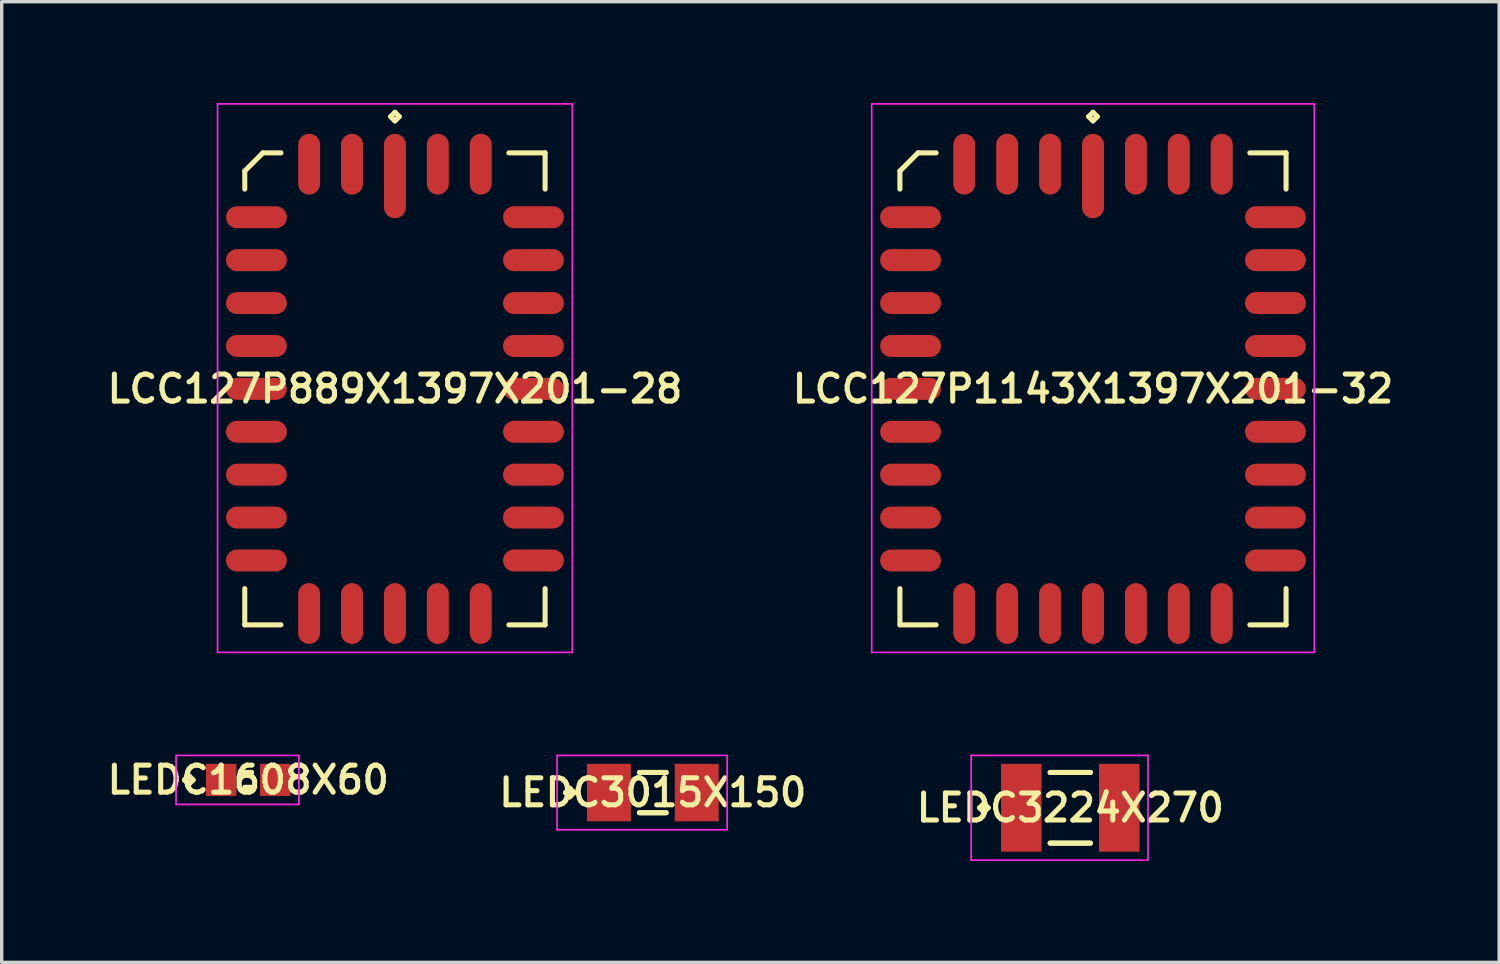
<source format=kicad_pcb>
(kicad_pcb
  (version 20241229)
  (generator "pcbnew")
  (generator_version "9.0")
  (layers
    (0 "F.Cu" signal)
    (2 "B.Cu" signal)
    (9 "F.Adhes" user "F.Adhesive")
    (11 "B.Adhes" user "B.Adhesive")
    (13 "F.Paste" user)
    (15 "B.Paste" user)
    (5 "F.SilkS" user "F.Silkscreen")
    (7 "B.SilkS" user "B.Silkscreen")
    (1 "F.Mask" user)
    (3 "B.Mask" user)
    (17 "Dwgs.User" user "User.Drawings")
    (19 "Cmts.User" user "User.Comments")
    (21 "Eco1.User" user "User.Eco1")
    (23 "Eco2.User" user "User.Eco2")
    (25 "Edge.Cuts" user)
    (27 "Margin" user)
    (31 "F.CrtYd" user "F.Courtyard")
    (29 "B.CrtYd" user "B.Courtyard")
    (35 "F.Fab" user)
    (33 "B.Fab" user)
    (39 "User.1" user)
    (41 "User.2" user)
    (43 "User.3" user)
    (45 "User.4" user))
  (footprint "LEDC1608X60"
    (layer "F.Cu")
    (at 4.297 20.035)
    (property "Reference" "LEDC1608X60" (at 0 0 0) (layer "F.SilkS") (effects (font (size 0.8 0.8) (thickness 0.15))))
    (attr smd)
    (fp_line (start -1.885 0) (end -1.758 -0.127) (stroke (width 0.15) (type solid)) (layer "F.SilkS"))
    (fp_line (start -1.758 -0.127) (end -1.631 0) (stroke (width 0.15) (type solid)) (layer "F.SilkS"))
    (fp_line (start -1.758 0.127) (end -1.885 0) (stroke (width 0.15) (type solid)) (layer "F.SilkS"))
    (fp_line (start -1.631 0) (end -1.758 0.127) (stroke (width 0.15) (type solid)) (layer "F.SilkS"))
    (fp_line (start -0.096 -0.221) (end 0.096 -0.221) (stroke (width 0.15) (type solid)) (layer "F.SilkS"))
    (fp_line (start -0.096 0.221) (end 0.096 0.221) (stroke (width 0.15) (type solid)) (layer "F.SilkS"))
    (fp_line (start 0.096 -0.221) (end -0.096 -0.221) (stroke (width 0.15) (type solid)) (layer "F.SilkS"))
    (fp_line (start 0.096 0.221) (end -0.096 0.221) (stroke (width 0.15) (type solid)) (layer "F.SilkS"))
    (fp_line (start -2.135 -0.725) (end 1.5 -0.725) (stroke (width 0.05) (type solid)) (layer "F.CrtYd"))
    (fp_line (start -2.135 0.725) (end -2.135 -0.725) (stroke (width 0.05) (type solid)) (layer "F.CrtYd"))
    (fp_line (start 1.5 -0.725) (end 1.5 0.725) (stroke (width 0.05) (type solid)) (layer "F.CrtYd"))
    (fp_line (start 1.5 0.725) (end -2.135 0.725) (stroke (width 0.05) (type solid)) (layer "F.CrtYd"))
    (pad "1" smd rect (at -0.8 0) (size 0.9 0.95) (layers "F.Cu" "F.Mask" "F.Paste"))
    (pad "2" smd rect (at 0.8 0) (size 0.9 0.95) (layers "F.Cu" "F.Mask" "F.Paste")))
  (footprint "LEDC3015X150"
    (layer "F.Cu")
    (at 16.273 20.41)
    (property "Reference" "LEDC3015X150" (at 0 0 0) (layer "F.SilkS") (effects (font (size 0.8 0.8) (thickness 0.15))))
    (attr smd)
    (fp_line (start -2.585 0) (end -2.458 -0.127) (stroke (width 0.15) (type solid)) (layer "F.SilkS"))
    (fp_line (start -2.458 -0.127) (end -2.331 0) (stroke (width 0.15) (type solid)) (layer "F.SilkS"))
    (fp_line (start -2.458 0.127) (end -2.585 0) (stroke (width 0.15) (type solid)) (layer "F.SilkS"))
    (fp_line (start -2.331 0) (end -2.458 0.127) (stroke (width 0.15) (type solid)) (layer "F.SilkS"))
    (fp_line (start -0.396 -0.596) (end 0.396 -0.596) (stroke (width 0.15) (type solid)) (layer "F.SilkS"))
    (fp_line (start -0.396 0.596) (end 0.396 0.596) (stroke (width 0.15) (type solid)) (layer "F.SilkS"))
    (fp_line (start 0.396 -0.596) (end -0.396 -0.596) (stroke (width 0.15) (type solid)) (layer "F.SilkS"))
    (fp_line (start 0.396 0.596) (end -0.396 0.596) (stroke (width 0.15) (type solid)) (layer "F.SilkS"))
    (fp_line (start -2.835 -1.1) (end 2.2 -1.1) (stroke (width 0.05) (type solid)) (layer "F.CrtYd"))
    (fp_line (start -2.835 1.1) (end -2.835 -1.1) (stroke (width 0.05) (type solid)) (layer "F.CrtYd"))
    (fp_line (start 2.2 -1.1) (end 2.2 1.1) (stroke (width 0.05) (type solid)) (layer "F.CrtYd"))
    (fp_line (start 2.2 1.1) (end -2.835 1.1) (stroke (width 0.05) (type solid)) (layer "F.CrtYd"))
    (pad "1" smd rect (at -1.3 0) (size 1.3 1.7) (layers "F.Cu" "F.Mask" "F.Paste"))
    (pad "2" smd rect (at 1.3 0) (size 1.3 1.7) (layers "F.Cu" "F.Mask" "F.Paste")))
  (footprint "LEDC3224X270"
    (layer "F.Cu")
    (at 28.63 20.86)
    (property "Reference" "LEDC3224X270" (at 0 0 0) (layer "F.SilkS") (effects (font (size 0.8 0.8) (thickness 0.15))))
    (attr smd)
    (fp_line (start -2.685 0) (end -2.558 -0.127) (stroke (width 0.15) (type solid)) (layer "F.SilkS"))
    (fp_line (start -2.558 -0.127) (end -2.431 0) (stroke (width 0.15) (type solid)) (layer "F.SilkS"))
    (fp_line (start -2.558 0.127) (end -2.685 0) (stroke (width 0.15) (type solid)) (layer "F.SilkS"))
    (fp_line (start -2.431 0) (end -2.558 0.127) (stroke (width 0.15) (type solid)) (layer "F.SilkS"))
    (fp_line (start -0.596 -1.046) (end 0.596 -1.046) (stroke (width 0.15) (type solid)) (layer "F.SilkS"))
    (fp_line (start -0.596 1.046) (end 0.596 1.046) (stroke (width 0.15) (type solid)) (layer "F.SilkS"))
    (fp_line (start 0.596 -1.046) (end -0.596 -1.046) (stroke (width 0.15) (type solid)) (layer "F.SilkS"))
    (fp_line (start 0.596 1.046) (end -0.596 1.046) (stroke (width 0.15) (type solid)) (layer "F.SilkS"))
    (fp_line (start -2.935 -1.55) (end 2.3 -1.55) (stroke (width 0.05) (type solid)) (layer "F.CrtYd"))
    (fp_line (start -2.935 1.55) (end -2.935 -1.55) (stroke (width 0.05) (type solid)) (layer "F.CrtYd"))
    (fp_line (start 2.3 -1.55) (end 2.3 1.55) (stroke (width 0.05) (type solid)) (layer "F.CrtYd"))
    (fp_line (start 2.3 1.55) (end -2.935 1.55) (stroke (width 0.05) (type solid)) (layer "F.CrtYd"))
    (pad "1" smd rect (at -1.45 0) (size 1.2 2.6) (layers "F.Cu" "F.Mask" "F.Paste"))
    (pad "2" smd rect (at 1.45 0) (size 1.2 2.6) (layers "F.Cu" "F.Mask" "F.Paste")))
  (footprint "LCC127P1143X1397X201-32"
    (layer "F.Cu")
    (at 29.302 8.46)
    (property "Reference" "LCC127P1143X1397X201-32" (at 0 0 0) (layer "F.SilkS") (effects (font (size 0.8 0.8) (thickness 0.15))))
    (attr smd)
    (fp_line (start -5.715 -6.449) (end -5.179 -6.985) (stroke (width 0.15) (type solid)) (layer "F.SilkS"))
    (fp_line (start -5.715 -5.913) (end -5.715 -6.449) (stroke (width 0.15) (type solid)) (layer "F.SilkS"))
    (fp_line (start -5.715 5.913) (end -5.715 6.985) (stroke (width 0.15) (type solid)) (layer "F.SilkS"))
    (fp_line (start -5.715 6.985) (end -4.643 6.985) (stroke (width 0.15) (type solid)) (layer "F.SilkS"))
    (fp_line (start -5.179 -6.985) (end -4.643 -6.985) (stroke (width 0.15) (type solid)) (layer "F.SilkS"))
    (fp_line (start -0.127 -8.058) (end 0 -8.185) (stroke (width 0.15) (type solid)) (layer "F.SilkS"))
    (fp_line (start 0 -8.185) (end 0.127 -8.058) (stroke (width 0.15) (type solid)) (layer "F.SilkS"))
    (fp_line (start 0 -7.931) (end -0.127 -8.058) (stroke (width 0.15) (type solid)) (layer "F.SilkS"))
    (fp_line (start 0.127 -8.058) (end 0 -7.931) (stroke (width 0.15) (type solid)) (layer "F.SilkS"))
    (fp_line (start 5.715 -6.985) (end 4.643 -6.985) (stroke (width 0.15) (type solid)) (layer "F.SilkS"))
    (fp_line (start 5.715 -5.913) (end 5.715 -6.985) (stroke (width 0.15) (type solid)) (layer "F.SilkS"))
    (fp_line (start 5.715 5.913) (end 5.715 6.985) (stroke (width 0.15) (type solid)) (layer "F.SilkS"))
    (fp_line (start 5.715 6.985) (end 4.643 6.985) (stroke (width 0.15) (type solid)) (layer "F.SilkS"))
    (fp_line (start -6.55 -8.435) (end 6.55 -8.435) (stroke (width 0.05) (type solid)) (layer "F.CrtYd"))
    (fp_line (start -6.55 7.8) (end -6.55 -8.435) (stroke (width 0.05) (type solid)) (layer "F.CrtYd"))
    (fp_line (start 6.55 -8.435) (end 6.55 7.8) (stroke (width 0.05) (type solid)) (layer "F.CrtYd"))
    (fp_line (start 6.55 7.8) (end -6.55 7.8) (stroke (width 0.05) (type solid)) (layer "F.CrtYd"))
    (pad "1" smd oval (at 0 -6.3) (size 0.65 2.5) (layers "F.Cu" "F.Mask" "F.Paste"))
    (pad "2" smd oval (at -1.27 -6.65) (size 0.65 1.8) (layers "F.Cu" "F.Mask" "F.Paste"))
    (pad "3" smd oval (at -2.54 -6.65) (size 0.65 1.8) (layers "F.Cu" "F.Mask" "F.Paste"))
    (pad "4" smd oval (at -3.81 -6.65) (size 0.65 1.8) (layers "F.Cu" "F.Mask" "F.Paste"))
    (pad "5" smd oval (at -5.4 -5.08) (size 1.8 0.65) (layers "F.Cu" "F.Mask" "F.Paste"))
    (pad "6" smd oval (at -5.4 -3.81) (size 1.8 0.65) (layers "F.Cu" "F.Mask" "F.Paste"))
    (pad "7" smd oval (at -5.4 -2.54) (size 1.8 0.65) (layers "F.Cu" "F.Mask" "F.Paste"))
    (pad "8" smd oval (at -5.4 -1.27) (size 1.8 0.65) (layers "F.Cu" "F.Mask" "F.Paste"))
    (pad "9" smd oval (at -5.4 0) (size 1.8 0.65) (layers "F.Cu" "F.Mask" "F.Paste"))
    (pad "10" smd oval (at -5.4 1.27) (size 1.8 0.65) (layers "F.Cu" "F.Mask" "F.Paste"))
    (pad "11" smd oval (at -5.4 2.54) (size 1.8 0.65) (layers "F.Cu" "F.Mask" "F.Paste"))
    (pad "12" smd oval (at -5.4 3.81) (size 1.8 0.65) (layers "F.Cu" "F.Mask" "F.Paste"))
    (pad "13" smd oval (at -5.4 5.08) (size 1.8 0.65) (layers "F.Cu" "F.Mask" "F.Paste"))
    (pad "14" smd oval (at -3.81 6.65) (size 0.65 1.8) (layers "F.Cu" "F.Mask" "F.Paste"))
    (pad "15" smd oval (at -2.54 6.65) (size 0.65 1.8) (layers "F.Cu" "F.Mask" "F.Paste"))
    (pad "16" smd oval (at -1.27 6.65) (size 0.65 1.8) (layers "F.Cu" "F.Mask" "F.Paste"))
    (pad "17" smd oval (at 0 6.65) (size 0.65 1.8) (layers "F.Cu" "F.Mask" "F.Paste"))
    (pad "18" smd oval (at 1.27 6.65) (size 0.65 1.8) (layers "F.Cu" "F.Mask" "F.Paste"))
    (pad "19" smd oval (at 2.54 6.65) (size 0.65 1.8) (layers "F.Cu" "F.Mask" "F.Paste"))
    (pad "20" smd oval (at 3.81 6.65) (size 0.65 1.8) (layers "F.Cu" "F.Mask" "F.Paste"))
    (pad "21" smd oval (at 5.4 5.08) (size 1.8 0.65) (layers "F.Cu" "F.Mask" "F.Paste"))
    (pad "22" smd oval (at 5.4 3.81) (size 1.8 0.65) (layers "F.Cu" "F.Mask" "F.Paste"))
    (pad "23" smd oval (at 5.4 2.54) (size 1.8 0.65) (layers "F.Cu" "F.Mask" "F.Paste"))
    (pad "24" smd oval (at 5.4 1.27) (size 1.8 0.65) (layers "F.Cu" "F.Mask" "F.Paste"))
    (pad "25" smd oval (at 5.4 0) (size 1.8 0.65) (layers "F.Cu" "F.Mask" "F.Paste"))
    (pad "26" smd oval (at 5.4 -1.27) (size 1.8 0.65) (layers "F.Cu" "F.Mask" "F.Paste"))
    (pad "27" smd oval (at 5.4 -2.54) (size 1.8 0.65) (layers "F.Cu" "F.Mask" "F.Paste"))
    (pad "28" smd oval (at 5.4 -3.81) (size 1.8 0.65) (layers "F.Cu" "F.Mask" "F.Paste"))
    (pad "29" smd oval (at 5.4 -5.08) (size 1.8 0.65) (layers "F.Cu" "F.Mask" "F.Paste"))
    (pad "30" smd oval (at 3.81 -6.65) (size 0.65 1.8) (layers "F.Cu" "F.Mask" "F.Paste"))
    (pad "31" smd oval (at 2.54 -6.65) (size 0.65 1.8) (layers "F.Cu" "F.Mask" "F.Paste"))
    (pad "32" smd oval (at 1.27 -6.65) (size 0.65 1.8) (layers "F.Cu" "F.Mask" "F.Paste")))
  (footprint "LCC127P889X1397X201-28"
    (layer "F.Cu")
    (at 8.64 8.46)
    (property "Reference" "LCC127P889X1397X201-28" (at 0 0 0) (layer "F.SilkS") (effects (font (size 0.8 0.8) (thickness 0.15))))
    (attr smd)
    (fp_line (start -4.445 -6.449) (end -3.909 -6.985) (stroke (width 0.15) (type solid)) (layer "F.SilkS"))
    (fp_line (start -4.445 -5.913) (end -4.445 -6.449) (stroke (width 0.15) (type solid)) (layer "F.SilkS"))
    (fp_line (start -4.445 5.913) (end -4.445 6.985) (stroke (width 0.15) (type solid)) (layer "F.SilkS"))
    (fp_line (start -4.445 6.985) (end -3.373 6.985) (stroke (width 0.15) (type solid)) (layer "F.SilkS"))
    (fp_line (start -3.909 -6.985) (end -3.373 -6.985) (stroke (width 0.15) (type solid)) (layer "F.SilkS"))
    (fp_line (start -0.127 -8.058) (end 0 -8.185) (stroke (width 0.15) (type solid)) (layer "F.SilkS"))
    (fp_line (start 0 -8.185) (end 0.127 -8.058) (stroke (width 0.15) (type solid)) (layer "F.SilkS"))
    (fp_line (start 0 -7.931) (end -0.127 -8.058) (stroke (width 0.15) (type solid)) (layer "F.SilkS"))
    (fp_line (start 0.127 -8.058) (end 0 -7.931) (stroke (width 0.15) (type solid)) (layer "F.SilkS"))
    (fp_line (start 4.445 -6.985) (end 3.373 -6.985) (stroke (width 0.15) (type solid)) (layer "F.SilkS"))
    (fp_line (start 4.445 -5.913) (end 4.445 -6.985) (stroke (width 0.15) (type solid)) (layer "F.SilkS"))
    (fp_line (start 4.445 5.913) (end 4.445 6.985) (stroke (width 0.15) (type solid)) (layer "F.SilkS"))
    (fp_line (start 4.445 6.985) (end 3.373 6.985) (stroke (width 0.15) (type solid)) (layer "F.SilkS"))
    (fp_line (start -5.25 -8.435) (end 5.25 -8.435) (stroke (width 0.05) (type solid)) (layer "F.CrtYd"))
    (fp_line (start -5.25 7.8) (end -5.25 -8.435) (stroke (width 0.05) (type solid)) (layer "F.CrtYd"))
    (fp_line (start 5.25 -8.435) (end 5.25 7.8) (stroke (width 0.05) (type solid)) (layer "F.CrtYd"))
    (fp_line (start 5.25 7.8) (end -5.25 7.8) (stroke (width 0.05) (type solid)) (layer "F.CrtYd"))
    (pad "1" smd oval (at 0 -6.3) (size 0.65 2.5) (layers "F.Cu" "F.Mask" "F.Paste"))
    (pad "2" smd oval (at -1.27 -6.65) (size 0.65 1.8) (layers "F.Cu" "F.Mask" "F.Paste"))
    (pad "3" smd oval (at -2.54 -6.65) (size 0.65 1.8) (layers "F.Cu" "F.Mask" "F.Paste"))
    (pad "4" smd oval (at -4.1 -5.08) (size 1.8 0.65) (layers "F.Cu" "F.Mask" "F.Paste"))
    (pad "5" smd oval (at -4.1 -3.81) (size 1.8 0.65) (layers "F.Cu" "F.Mask" "F.Paste"))
    (pad "6" smd oval (at -4.1 -2.54) (size 1.8 0.65) (layers "F.Cu" "F.Mask" "F.Paste"))
    (pad "7" smd oval (at -4.1 -1.27) (size 1.8 0.65) (layers "F.Cu" "F.Mask" "F.Paste"))
    (pad "8" smd oval (at -4.1 0) (size 1.8 0.65) (layers "F.Cu" "F.Mask" "F.Paste"))
    (pad "9" smd oval (at -4.1 1.27) (size 1.8 0.65) (layers "F.Cu" "F.Mask" "F.Paste"))
    (pad "10" smd oval (at -4.1 2.54) (size 1.8 0.65) (layers "F.Cu" "F.Mask" "F.Paste"))
    (pad "11" smd oval (at -4.1 3.81) (size 1.8 0.65) (layers "F.Cu" "F.Mask" "F.Paste"))
    (pad "12" smd oval (at -4.1 5.08) (size 1.8 0.65) (layers "F.Cu" "F.Mask" "F.Paste"))
    (pad "13" smd oval (at -2.54 6.65) (size 0.65 1.8) (layers "F.Cu" "F.Mask" "F.Paste"))
    (pad "14" smd oval (at -1.27 6.65) (size 0.65 1.8) (layers "F.Cu" "F.Mask" "F.Paste"))
    (pad "15" smd oval (at 0 6.65) (size 0.65 1.8) (layers "F.Cu" "F.Mask" "F.Paste"))
    (pad "16" smd oval (at 1.27 6.65) (size 0.65 1.8) (layers "F.Cu" "F.Mask" "F.Paste"))
    (pad "17" smd oval (at 2.54 6.65) (size 0.65 1.8) (layers "F.Cu" "F.Mask" "F.Paste"))
    (pad "18" smd oval (at 4.1 5.08) (size 1.8 0.65) (layers "F.Cu" "F.Mask" "F.Paste"))
    (pad "19" smd oval (at 4.1 3.81) (size 1.8 0.65) (layers "F.Cu" "F.Mask" "F.Paste"))
    (pad "20" smd oval (at 4.1 2.54) (size 1.8 0.65) (layers "F.Cu" "F.Mask" "F.Paste"))
    (pad "21" smd oval (at 4.1 1.27) (size 1.8 0.65) (layers "F.Cu" "F.Mask" "F.Paste"))
    (pad "22" smd oval (at 4.1 0) (size 1.8 0.65) (layers "F.Cu" "F.Mask" "F.Paste"))
    (pad "23" smd oval (at 4.1 -1.27) (size 1.8 0.65) (layers "F.Cu" "F.Mask" "F.Paste"))
    (pad "24" smd oval (at 4.1 -2.54) (size 1.8 0.65) (layers "F.Cu" "F.Mask" "F.Paste"))
    (pad "25" smd oval (at 4.1 -3.81) (size 1.8 0.65) (layers "F.Cu" "F.Mask" "F.Paste"))
    (pad "26" smd oval (at 4.1 -5.08) (size 1.8 0.65) (layers "F.Cu" "F.Mask" "F.Paste"))
    (pad "27" smd oval (at 2.54 -6.65) (size 0.65 1.8) (layers "F.Cu" "F.Mask" "F.Paste"))
    (pad "28" smd oval (at 1.27 -6.65) (size 0.65 1.8) (layers "F.Cu" "F.Mask" "F.Paste")))
  (gr_rect
    (start -3 -3)
    (end 41.323 25.435)
    (stroke (width 0.1) (type default))
    (fill no)
    (layer "Edge.Cuts")))
</source>
